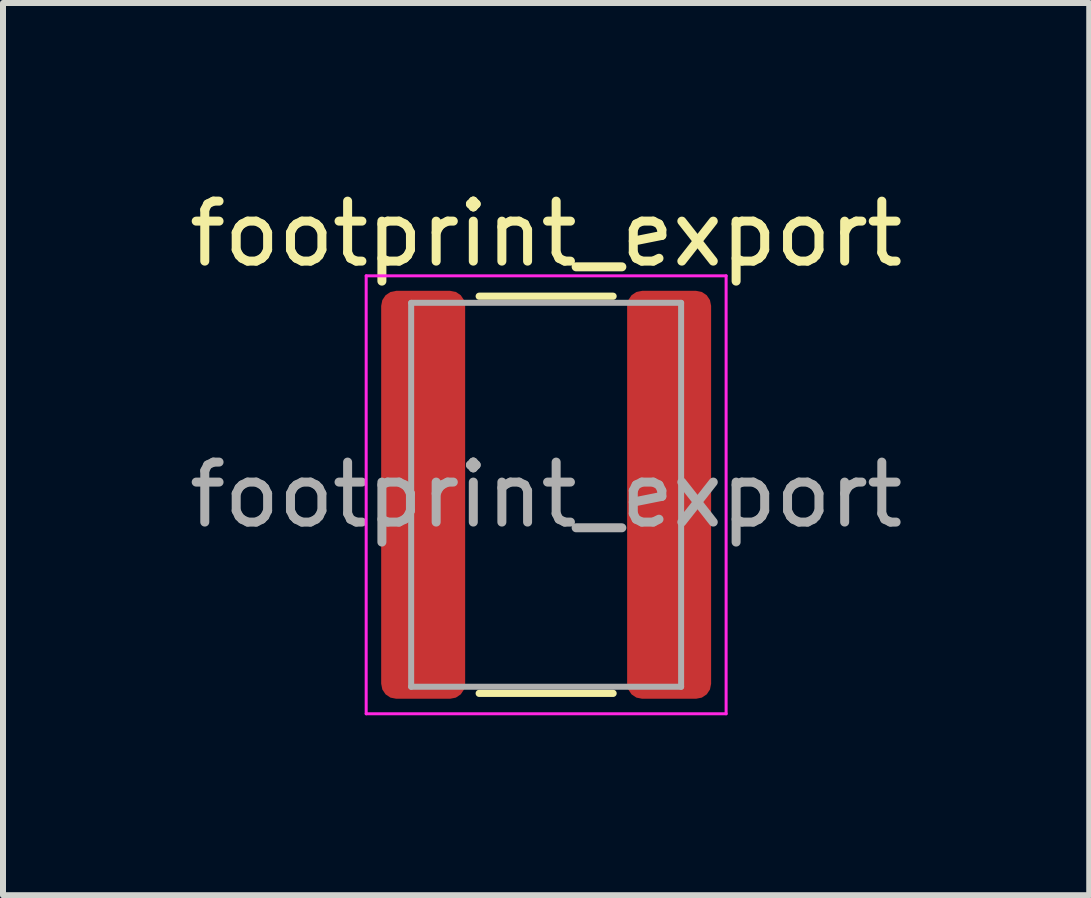
<source format=kicad_pcb>
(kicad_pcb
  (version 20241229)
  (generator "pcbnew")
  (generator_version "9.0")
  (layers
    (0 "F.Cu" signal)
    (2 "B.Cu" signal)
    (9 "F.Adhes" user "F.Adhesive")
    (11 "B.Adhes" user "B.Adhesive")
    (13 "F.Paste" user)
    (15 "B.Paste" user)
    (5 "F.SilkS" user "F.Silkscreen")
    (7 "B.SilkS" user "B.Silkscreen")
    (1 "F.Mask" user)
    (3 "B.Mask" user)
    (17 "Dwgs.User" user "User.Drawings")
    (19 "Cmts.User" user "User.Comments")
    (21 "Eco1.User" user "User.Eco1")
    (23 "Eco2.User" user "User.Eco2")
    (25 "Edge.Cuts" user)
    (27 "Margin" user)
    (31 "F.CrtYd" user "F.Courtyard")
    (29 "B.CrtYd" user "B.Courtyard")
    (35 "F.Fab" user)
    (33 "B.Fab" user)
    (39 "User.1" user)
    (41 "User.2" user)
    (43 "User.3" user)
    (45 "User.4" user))
  (footprint "footprint_export"
    (layer "F.Cu")
    (at 6.054 5.198)
    (property "Reference" "footprint_export" (at 0 -4.35 0) (layer "F.SilkS") (effects (font (size 1 1) (thickness 0.15))))
    (attr smd)
    (fp_line (start -1.116 -3.31) (end 1.116 -3.31) (stroke (width 0.12) (type solid)) (layer "F.SilkS"))
    (fp_line (start -1.116 3.31) (end 1.116 3.31) (stroke (width 0.12) (type solid)) (layer "F.SilkS"))
    (fp_line (start -3 -3.65) (end 3 -3.65) (stroke (width 0.05) (type solid)) (layer "F.CrtYd"))
    (fp_line (start -3 3.65) (end -3 -3.65) (stroke (width 0.05) (type solid)) (layer "F.CrtYd"))
    (fp_line (start 3 -3.65) (end 3 3.65) (stroke (width 0.05) (type solid)) (layer "F.CrtYd"))
    (fp_line (start 3 3.65) (end -3 3.65) (stroke (width 0.05) (type solid)) (layer "F.CrtYd"))
    (fp_line (start -2.25 -3.2) (end 2.25 -3.2) (stroke (width 0.1) (type solid)) (layer "F.Fab"))
    (fp_line (start -2.25 3.2) (end -2.25 -3.2) (stroke (width 0.1) (type solid)) (layer "F.Fab"))
    (fp_line (start 2.25 -3.2) (end 2.25 3.2) (stroke (width 0.1) (type solid)) (layer "F.Fab"))
    (fp_line (start 2.25 3.2) (end -2.25 3.2) (stroke (width 0.1) (type solid)) (layer "F.Fab"))
    (fp_text user "${REFERENCE}" (at 0 0 0) (layer "F.Fab") (effects (font (size 1 1) (thickness 0.15))))
    (pad "1" smd roundrect (at -2.05 0) (size 1.4 6.8) (layers "F.Cu" "F.Mask" "F.Paste") (roundrect_rratio 0.179))
    (pad "2" smd roundrect (at 2.05 0) (size 1.4 6.8) (layers "F.Cu" "F.Mask" "F.Paste") (roundrect_rratio 0.179)))
  (gr_rect
    (start -3 -3)
    (end 15.107 11.873)
    (stroke (width 0.1) (type default))
    (fill no)
    (layer "Edge.Cuts")))
</source>
